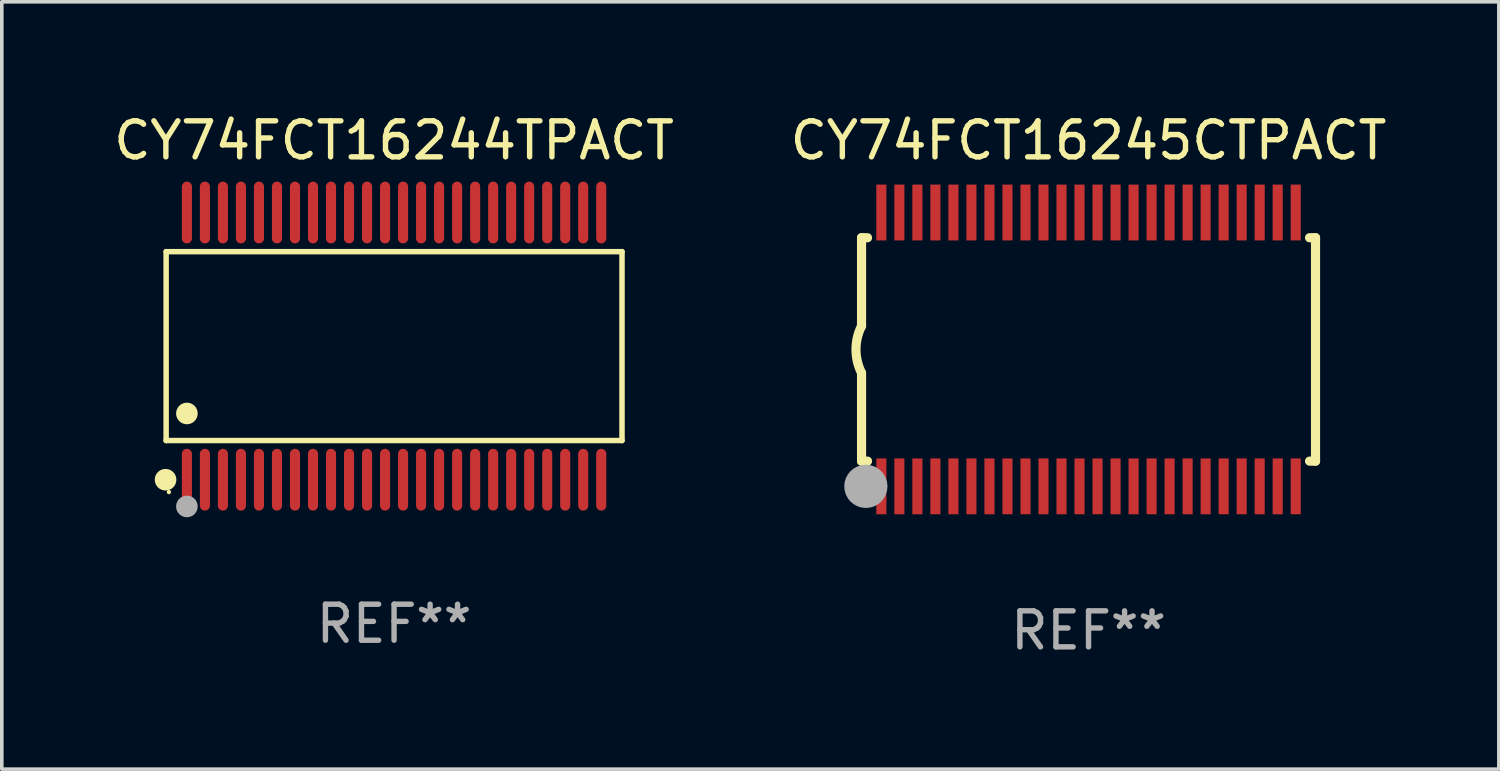
<source format=kicad_pcb>
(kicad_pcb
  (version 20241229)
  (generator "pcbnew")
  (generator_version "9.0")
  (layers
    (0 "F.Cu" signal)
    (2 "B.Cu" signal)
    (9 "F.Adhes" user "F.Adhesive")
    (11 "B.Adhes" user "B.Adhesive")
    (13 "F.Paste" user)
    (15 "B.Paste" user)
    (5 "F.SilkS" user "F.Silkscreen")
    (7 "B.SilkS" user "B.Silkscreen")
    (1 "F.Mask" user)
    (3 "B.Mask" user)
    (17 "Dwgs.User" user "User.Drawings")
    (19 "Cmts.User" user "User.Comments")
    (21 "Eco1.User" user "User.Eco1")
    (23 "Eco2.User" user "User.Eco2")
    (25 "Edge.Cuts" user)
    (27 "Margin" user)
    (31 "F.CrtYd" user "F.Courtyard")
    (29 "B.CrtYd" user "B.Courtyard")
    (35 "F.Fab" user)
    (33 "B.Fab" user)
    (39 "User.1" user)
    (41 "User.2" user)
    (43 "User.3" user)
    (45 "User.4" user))
  (footprint "CY74FCT16245CTPACT"
    (layer "F.Cu")
    (at 27.161 6.648)
    (property "Reference" "CY74FCT16245CTPACT" (at 0 -5.8 0) (layer "F.SilkS") (effects (font (size 1 1) (thickness 0.15))))
    (attr through_hole)
    (fp_line (start -6.3 -3.1) (end -6.3 -0.65) (stroke (width 0.254) (type solid)) (layer "F.SilkS"))
    (fp_line (start -6.3 -3.1) (end -6.134 -3.1) (stroke (width 0.254) (type solid)) (layer "F.SilkS"))
    (fp_line (start -6.3 3.1) (end -6.3 0.65) (stroke (width 0.254) (type solid)) (layer "F.SilkS"))
    (fp_line (start -6.3 3.1) (end -6.134 3.1) (stroke (width 0.254) (type solid)) (layer "F.SilkS"))
    (fp_line (start 6.134 -3.1) (end 6.3 -3.1) (stroke (width 0.254) (type solid)) (layer "F.SilkS"))
    (fp_line (start 6.134 3.1) (end 6.3 3.1) (stroke (width 0.254) (type solid)) (layer "F.SilkS"))
    (fp_line (start 6.3 -3.1) (end 6.3 3.1) (stroke (width 0.254) (type solid)) (layer "F.SilkS"))
    (fp_arc (start -6.301016 0.650114) (mid -6.45413 -0.000082) (end -6.3 -0.650038) (stroke (width 0.254001) (type solid)) (layer "F.SilkS"))
    (fp_circle (center -6.35 3.81) (end -6.223 3.81) (stroke (width 0.254) (type solid)) (fill no) (layer "F.SilkS"))
    (fp_circle (center -6.25 4.05) (end -6.22 4.05) (stroke (width 0.06) (type solid)) (fill no) (layer "F.SilkS"))
    (fp_circle (center -6.18 3.8) (end -5.88 3.8) (stroke (width 0.6) (type solid)) (fill no) (layer "F.Fab"))
    (fp_text user "REF**" (at 0 7.8 0) (layer "F.Fab") (effects (font (size 1 1) (thickness 0.15))))
    (pad "1" smd rect (at -5.75 3.8) (size 0.28 1.55) (layers "F.Cu" "F.Mask" "F.Paste"))
    (pad "2" smd rect (at -5.25 3.8) (size 0.28 1.55) (layers "F.Cu" "F.Mask" "F.Paste"))
    (pad "3" smd rect (at -4.75 3.8) (size 0.28 1.55) (layers "F.Cu" "F.Mask" "F.Paste"))
    (pad "4" smd rect (at -4.25 3.8) (size 0.28 1.55) (layers "F.Cu" "F.Mask" "F.Paste"))
    (pad "5" smd rect (at -3.75 3.8) (size 0.28 1.55) (layers "F.Cu" "F.Mask" "F.Paste"))
    (pad "6" smd rect (at -3.25 3.8) (size 0.28 1.55) (layers "F.Cu" "F.Mask" "F.Paste"))
    (pad "7" smd rect (at -2.75 3.8) (size 0.28 1.55) (layers "F.Cu" "F.Mask" "F.Paste"))
    (pad "8" smd rect (at -2.25 3.8) (size 0.28 1.55) (layers "F.Cu" "F.Mask" "F.Paste"))
    (pad "9" smd rect (at -1.75 3.8) (size 0.28 1.55) (layers "F.Cu" "F.Mask" "F.Paste"))
    (pad "10" smd rect (at -1.25 3.8) (size 0.28 1.55) (layers "F.Cu" "F.Mask" "F.Paste"))
    (pad "11" smd rect (at -0.75 3.8) (size 0.28 1.55) (layers "F.Cu" "F.Mask" "F.Paste"))
    (pad "12" smd rect (at -0.25 3.8) (size 0.28 1.55) (layers "F.Cu" "F.Mask" "F.Paste"))
    (pad "13" smd rect (at 0.25 3.8) (size 0.28 1.55) (layers "F.Cu" "F.Mask" "F.Paste"))
    (pad "14" smd rect (at 0.75 3.8) (size 0.28 1.55) (layers "F.Cu" "F.Mask" "F.Paste"))
    (pad "15" smd rect (at 1.25 3.8) (size 0.28 1.55) (layers "F.Cu" "F.Mask" "F.Paste"))
    (pad "16" smd rect (at 1.75 3.8) (size 0.28 1.55) (layers "F.Cu" "F.Mask" "F.Paste"))
    (pad "17" smd rect (at 2.25 3.8) (size 0.28 1.55) (layers "F.Cu" "F.Mask" "F.Paste"))
    (pad "18" smd rect (at 2.75 3.8) (size 0.28 1.55) (layers "F.Cu" "F.Mask" "F.Paste"))
    (pad "19" smd rect (at 3.25 3.8) (size 0.28 1.55) (layers "F.Cu" "F.Mask" "F.Paste"))
    (pad "20" smd rect (at 3.75 3.8) (size 0.28 1.55) (layers "F.Cu" "F.Mask" "F.Paste"))
    (pad "21" smd rect (at 4.25 3.8) (size 0.28 1.55) (layers "F.Cu" "F.Mask" "F.Paste"))
    (pad "22" smd rect (at 4.75 3.8) (size 0.28 1.55) (layers "F.Cu" "F.Mask" "F.Paste"))
    (pad "23" smd rect (at 5.25 3.8) (size 0.28 1.55) (layers "F.Cu" "F.Mask" "F.Paste"))
    (pad "24" smd rect (at 5.75 3.8) (size 0.28 1.55) (layers "F.Cu" "F.Mask" "F.Paste"))
    (pad "25" smd rect (at 5.75 -3.8) (size 0.28 1.55) (layers "F.Cu" "F.Mask" "F.Paste"))
    (pad "26" smd rect (at 5.25 -3.8) (size 0.28 1.55) (layers "F.Cu" "F.Mask" "F.Paste"))
    (pad "27" smd rect (at 4.75 -3.8) (size 0.28 1.55) (layers "F.Cu" "F.Mask" "F.Paste"))
    (pad "28" smd rect (at 4.25 -3.8) (size 0.28 1.55) (layers "F.Cu" "F.Mask" "F.Paste"))
    (pad "29" smd rect (at 3.75 -3.8) (size 0.28 1.55) (layers "F.Cu" "F.Mask" "F.Paste"))
    (pad "30" smd rect (at 3.25 -3.8) (size 0.28 1.55) (layers "F.Cu" "F.Mask" "F.Paste"))
    (pad "31" smd rect (at 2.75 -3.8) (size 0.28 1.55) (layers "F.Cu" "F.Mask" "F.Paste"))
    (pad "32" smd rect (at 2.25 -3.8) (size 0.28 1.55) (layers "F.Cu" "F.Mask" "F.Paste"))
    (pad "33" smd rect (at 1.75 -3.8) (size 0.28 1.55) (layers "F.Cu" "F.Mask" "F.Paste"))
    (pad "34" smd rect (at 1.25 -3.8) (size 0.28 1.55) (layers "F.Cu" "F.Mask" "F.Paste"))
    (pad "35" smd rect (at 0.75 -3.8) (size 0.28 1.55) (layers "F.Cu" "F.Mask" "F.Paste"))
    (pad "36" smd rect (at 0.25 -3.8) (size 0.28 1.55) (layers "F.Cu" "F.Mask" "F.Paste"))
    (pad "37" smd rect (at -0.25 -3.8) (size 0.28 1.55) (layers "F.Cu" "F.Mask" "F.Paste"))
    (pad "38" smd rect (at -0.75 -3.8) (size 0.28 1.55) (layers "F.Cu" "F.Mask" "F.Paste"))
    (pad "39" smd rect (at -1.25 -3.8) (size 0.28 1.55) (layers "F.Cu" "F.Mask" "F.Paste"))
    (pad "40" smd rect (at -1.75 -3.8) (size 0.28 1.55) (layers "F.Cu" "F.Mask" "F.Paste"))
    (pad "41" smd rect (at -2.25 -3.8) (size 0.28 1.55) (layers "F.Cu" "F.Mask" "F.Paste"))
    (pad "42" smd rect (at -2.75 -3.8) (size 0.28 1.55) (layers "F.Cu" "F.Mask" "F.Paste"))
    (pad "43" smd rect (at -3.25 -3.8) (size 0.28 1.55) (layers "F.Cu" "F.Mask" "F.Paste"))
    (pad "44" smd rect (at -3.75 -3.8) (size 0.28 1.55) (layers "F.Cu" "F.Mask" "F.Paste"))
    (pad "45" smd rect (at -4.25 -3.8) (size 0.28 1.55) (layers "F.Cu" "F.Mask" "F.Paste"))
    (pad "46" smd rect (at -4.75 -3.8) (size 0.28 1.55) (layers "F.Cu" "F.Mask" "F.Paste"))
    (pad "47" smd rect (at -5.25 -3.8) (size 0.28 1.55) (layers "F.Cu" "F.Mask" "F.Paste"))
    (pad "48" smd rect (at -5.75 -3.8) (size 0.28 1.55) (layers "F.Cu" "F.Mask" "F.Paste")))
  (footprint "CY74FCT16244TPACT"
    (layer "F.Cu")
    (at 7.887 6.556)
    (property "Reference" "CY74FCT16244TPACT" (at 0 -5.708 0) (layer "F.SilkS") (effects (font (size 1 1) (thickness 0.15))))
    (attr through_hole)
    (fp_line (start -6.326 -2.622) (end 6.326 -2.622) (stroke (width 0.152) (type solid)) (layer "F.SilkS"))
    (fp_line (start -6.326 2.621) (end -6.326 -2.622) (stroke (width 0.152) (type solid)) (layer "F.SilkS"))
    (fp_line (start 6.326 -2.622) (end 6.326 2.621) (stroke (width 0.152) (type solid)) (layer "F.SilkS"))
    (fp_line (start 6.326 2.621) (end -6.326 2.621) (stroke (width 0.152) (type solid)) (layer "F.SilkS"))
    (fp_circle (center -6.342 3.708) (end -6.192 3.708) (stroke (width 0.3) (type solid)) (fill no) (layer "F.SilkS"))
    (fp_circle (center -6.25 4.05) (end -6.22 4.05) (stroke (width 0.06) (type solid)) (fill no) (layer "F.SilkS"))
    (fp_circle (center -5.75 1.869) (end -5.6 1.869) (stroke (width 0.3) (type solid)) (fill no) (layer "F.SilkS"))
    (fp_circle (center -5.75 4.45) (end -5.6 4.45) (stroke (width 0.3) (type solid)) (fill no) (layer "F.Fab"))
    (fp_text user "REF**" (at 0 7.708 0) (layer "F.Fab") (effects (font (size 1 1) (thickness 0.15))))
    (pad "1" smd oval (at -5.75 3.708) (size 0.28 1.715) (layers "F.Cu" "F.Mask" "F.Paste"))
    (pad "2" smd oval (at -5.25 3.708) (size 0.28 1.715) (layers "F.Cu" "F.Mask" "F.Paste"))
    (pad "3" smd oval (at -4.75 3.708) (size 0.28 1.715) (layers "F.Cu" "F.Mask" "F.Paste"))
    (pad "4" smd oval (at -4.25 3.708) (size 0.28 1.715) (layers "F.Cu" "F.Mask" "F.Paste"))
    (pad "5" smd oval (at -3.75 3.708) (size 0.28 1.715) (layers "F.Cu" "F.Mask" "F.Paste"))
    (pad "6" smd oval (at -3.25 3.708) (size 0.28 1.715) (layers "F.Cu" "F.Mask" "F.Paste"))
    (pad "7" smd oval (at -2.75 3.708) (size 0.28 1.715) (layers "F.Cu" "F.Mask" "F.Paste"))
    (pad "8" smd oval (at -2.25 3.708) (size 0.28 1.715) (layers "F.Cu" "F.Mask" "F.Paste"))
    (pad "9" smd oval (at -1.75 3.708) (size 0.28 1.715) (layers "F.Cu" "F.Mask" "F.Paste"))
    (pad "10" smd oval (at -1.25 3.708) (size 0.28 1.715) (layers "F.Cu" "F.Mask" "F.Paste"))
    (pad "11" smd oval (at -0.75 3.708) (size 0.28 1.715) (layers "F.Cu" "F.Mask" "F.Paste"))
    (pad "12" smd oval (at -0.25 3.708) (size 0.28 1.715) (layers "F.Cu" "F.Mask" "F.Paste"))
    (pad "13" smd oval (at 0.25 3.708) (size 0.28 1.715) (layers "F.Cu" "F.Mask" "F.Paste"))
    (pad "14" smd oval (at 0.75 3.708) (size 0.28 1.715) (layers "F.Cu" "F.Mask" "F.Paste"))
    (pad "15" smd oval (at 1.25 3.708) (size 0.28 1.715) (layers "F.Cu" "F.Mask" "F.Paste"))
    (pad "16" smd oval (at 1.75 3.708) (size 0.28 1.715) (layers "F.Cu" "F.Mask" "F.Paste"))
    (pad "17" smd oval (at 2.25 3.708) (size 0.28 1.715) (layers "F.Cu" "F.Mask" "F.Paste"))
    (pad "18" smd oval (at 2.75 3.708) (size 0.28 1.715) (layers "F.Cu" "F.Mask" "F.Paste"))
    (pad "19" smd oval (at 3.25 3.708) (size 0.28 1.715) (layers "F.Cu" "F.Mask" "F.Paste"))
    (pad "20" smd oval (at 3.75 3.708) (size 0.28 1.715) (layers "F.Cu" "F.Mask" "F.Paste"))
    (pad "21" smd oval (at 4.25 3.708) (size 0.28 1.715) (layers "F.Cu" "F.Mask" "F.Paste"))
    (pad "22" smd oval (at 4.75 3.708) (size 0.28 1.715) (layers "F.Cu" "F.Mask" "F.Paste"))
    (pad "23" smd oval (at 5.25 3.708) (size 0.28 1.715) (layers "F.Cu" "F.Mask" "F.Paste"))
    (pad "24" smd oval (at 5.75 3.708) (size 0.28 1.715) (layers "F.Cu" "F.Mask" "F.Paste"))
    (pad "25" smd oval (at 5.75 -3.708) (size 0.28 1.715) (layers "F.Cu" "F.Mask" "F.Paste"))
    (pad "26" smd oval (at 5.25 -3.708) (size 0.28 1.715) (layers "F.Cu" "F.Mask" "F.Paste"))
    (pad "27" smd oval (at 4.75 -3.708) (size 0.28 1.715) (layers "F.Cu" "F.Mask" "F.Paste"))
    (pad "28" smd oval (at 4.25 -3.708) (size 0.28 1.715) (layers "F.Cu" "F.Mask" "F.Paste"))
    (pad "29" smd oval (at 3.75 -3.708) (size 0.28 1.715) (layers "F.Cu" "F.Mask" "F.Paste"))
    (pad "30" smd oval (at 3.25 -3.708) (size 0.28 1.715) (layers "F.Cu" "F.Mask" "F.Paste"))
    (pad "31" smd oval (at 2.75 -3.708) (size 0.28 1.715) (layers "F.Cu" "F.Mask" "F.Paste"))
    (pad "32" smd oval (at 2.25 -3.708) (size 0.28 1.715) (layers "F.Cu" "F.Mask" "F.Paste"))
    (pad "33" smd oval (at 1.75 -3.708) (size 0.28 1.715) (layers "F.Cu" "F.Mask" "F.Paste"))
    (pad "34" smd oval (at 1.25 -3.708) (size 0.28 1.715) (layers "F.Cu" "F.Mask" "F.Paste"))
    (pad "35" smd oval (at 0.75 -3.708) (size 0.28 1.715) (layers "F.Cu" "F.Mask" "F.Paste"))
    (pad "36" smd oval (at 0.25 -3.708) (size 0.28 1.715) (layers "F.Cu" "F.Mask" "F.Paste"))
    (pad "37" smd oval (at -0.25 -3.708) (size 0.28 1.715) (layers "F.Cu" "F.Mask" "F.Paste"))
    (pad "38" smd oval (at -0.75 -3.708) (size 0.28 1.715) (layers "F.Cu" "F.Mask" "F.Paste"))
    (pad "39" smd oval (at -1.25 -3.708) (size 0.28 1.715) (layers "F.Cu" "F.Mask" "F.Paste"))
    (pad "40" smd oval (at -1.75 -3.708) (size 0.28 1.715) (layers "F.Cu" "F.Mask" "F.Paste"))
    (pad "41" smd oval (at -2.25 -3.708) (size 0.28 1.715) (layers "F.Cu" "F.Mask" "F.Paste"))
    (pad "42" smd oval (at -2.75 -3.708) (size 0.28 1.715) (layers "F.Cu" "F.Mask" "F.Paste"))
    (pad "43" smd oval (at -3.25 -3.708) (size 0.28 1.715) (layers "F.Cu" "F.Mask" "F.Paste"))
    (pad "44" smd oval (at -3.75 -3.708) (size 0.28 1.715) (layers "F.Cu" "F.Mask" "F.Paste"))
    (pad "45" smd oval (at -4.25 -3.708) (size 0.28 1.715) (layers "F.Cu" "F.Mask" "F.Paste"))
    (pad "46" smd oval (at -4.75 -3.708) (size 0.28 1.715) (layers "F.Cu" "F.Mask" "F.Paste"))
    (pad "47" smd oval (at -5.25 -3.708) (size 0.28 1.715) (layers "F.Cu" "F.Mask" "F.Paste"))
    (pad "48" smd oval (at -5.75 -3.708) (size 0.28 1.715) (layers "F.Cu" "F.Mask" "F.Paste")))
  (gr_rect
    (start -3 -3)
    (end 38.548 18.296)
    (stroke (width 0.1) (type default))
    (fill no)
    (layer "Edge.Cuts")))
</source>
